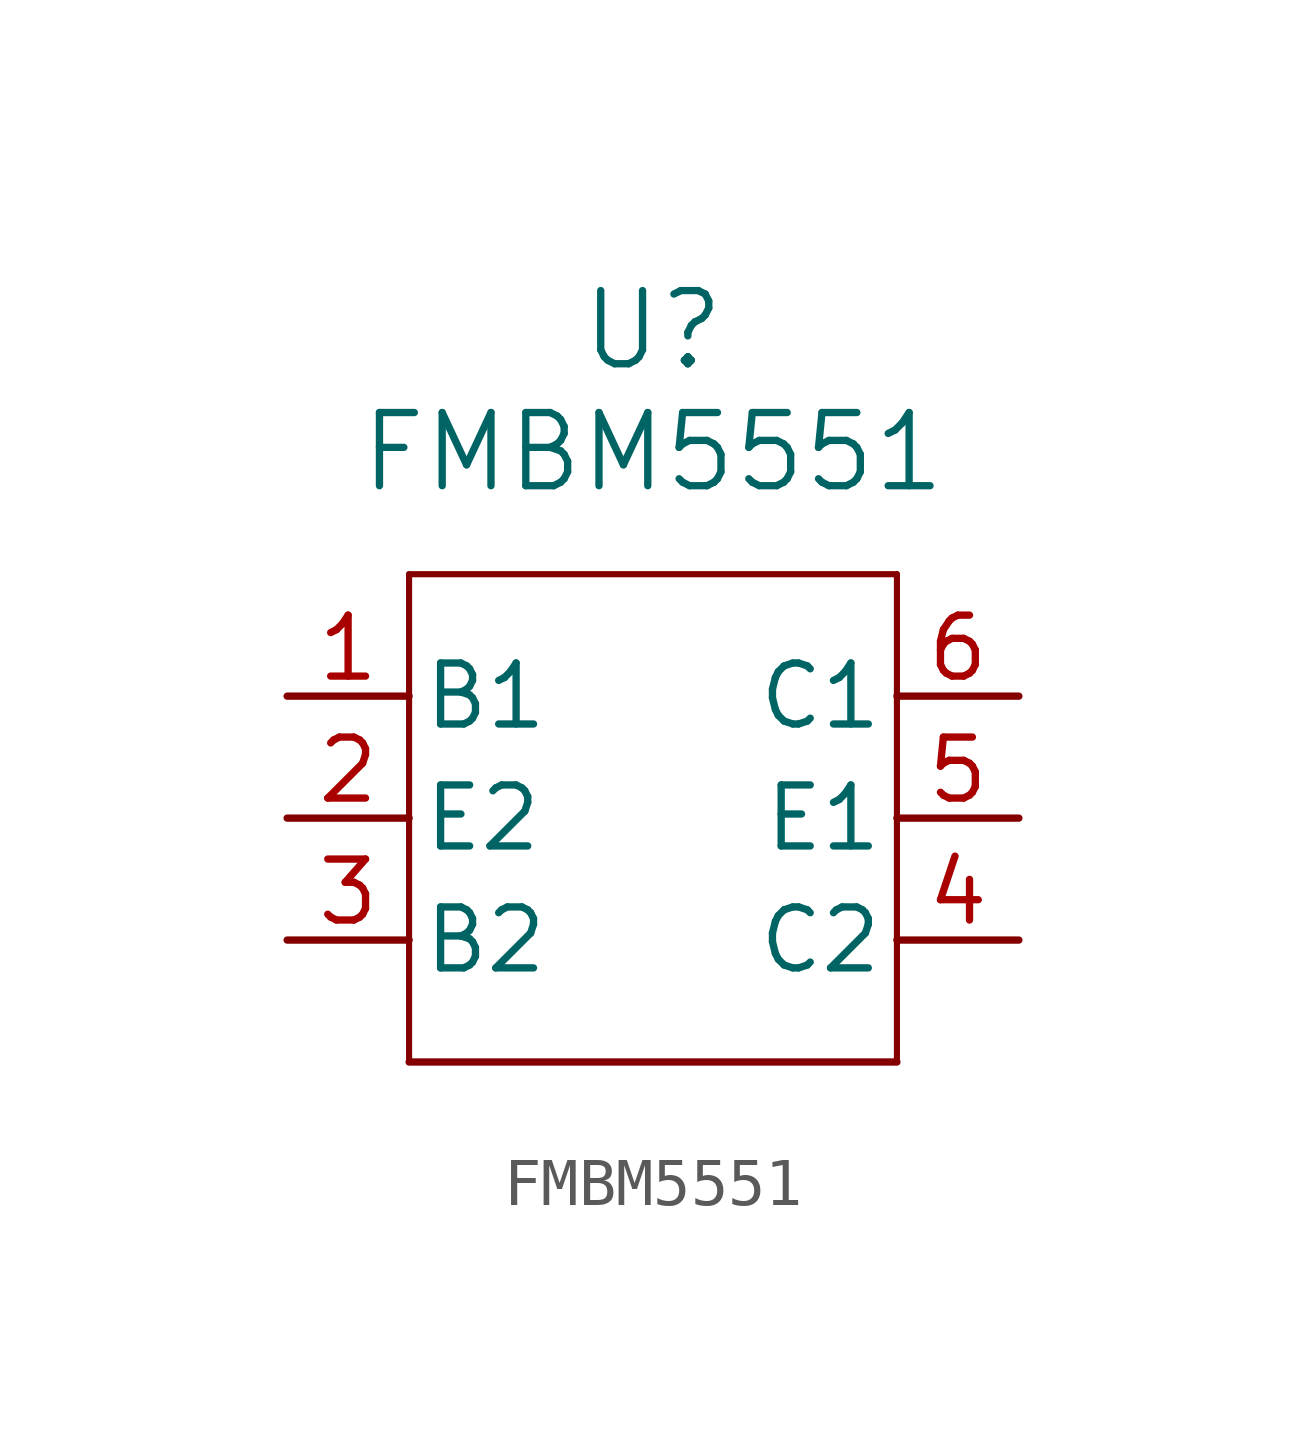
<source format=kicad_sym>
(kicad_symbol_lib
  (version 20211014)
  (generator kicad_symbol_editor)
  (symbol "FMBM5551"
    (pin_names
      (offset 0.254))
    (property "Reference" "U"
      (at 0 3.81 0)
      (effects (font (size 1.524 1.524))))
    (property "Value" "FMBM5551"
      (at 0 1.27 0)
      (effects (font (size 1.524 1.524))))
    (property "ki_locked" ""
      (at 0 0 0)
      (effects (font (size 1.27 1.27))))
    (symbol "FMBM5551_0_1"
      (polyline (pts (xy -5.08 -11.43) (xy 5.08 -11.43)) (stroke (width 0) (type default) (color 0 0 0 0)) (fill (type background)))
      (polyline (pts (xy -5.08 -1.27) (xy -5.08 -11.43)) (stroke (width 0.127) (type default) (color 0 0 0 0)) (fill (type none)))
      (polyline (pts (xy 5.08 -11.43) (xy 5.08 -1.27)) (stroke (width 0.127) (type default) (color 0 0 0 0)) (fill (type none)))
      (polyline (pts (xy 5.08 -1.27) (xy -5.08 -1.27)) (stroke (width 0.127) (type default) (color 0 0 0 0)) (fill (type none)))
      (pin bidirectional line (at -7.62 -3.81 0) (length 2.54) (name "B1" (effects (font (size 1.27 1.27)))) (number "1" (effects (font (size 1.27 1.27)))))
      (pin unspecified line (at -7.62 -6.35 0) (length 2.54) (name "E2" (effects (font (size 1.27 1.27)))) (number "2" (effects (font (size 1.27 1.27)))))
      (pin bidirectional line (at -7.62 -8.89 0) (length 2.54) (name "B2" (effects (font (size 1.27 1.27)))) (number "3" (effects (font (size 1.27 1.27)))))
      (pin bidirectional line (at 7.62 -8.89 180) (length 2.54) (name "C2" (effects (font (size 1.27 1.27)))) (number "4" (effects (font (size 1.27 1.27)))))
      (pin bidirectional line (at 7.62 -6.35 180) (length 2.54) (name "E1" (effects (font (size 1.27 1.27)))) (number "5" (effects (font (size 1.27 1.27)))))
      (pin bidirectional line (at 7.62 -3.81 180) (length 2.54) (name "C1" (effects (font (size 1.27 1.27)))) (number "6" (effects (font (size 1.27 1.27))))))))
</source>
